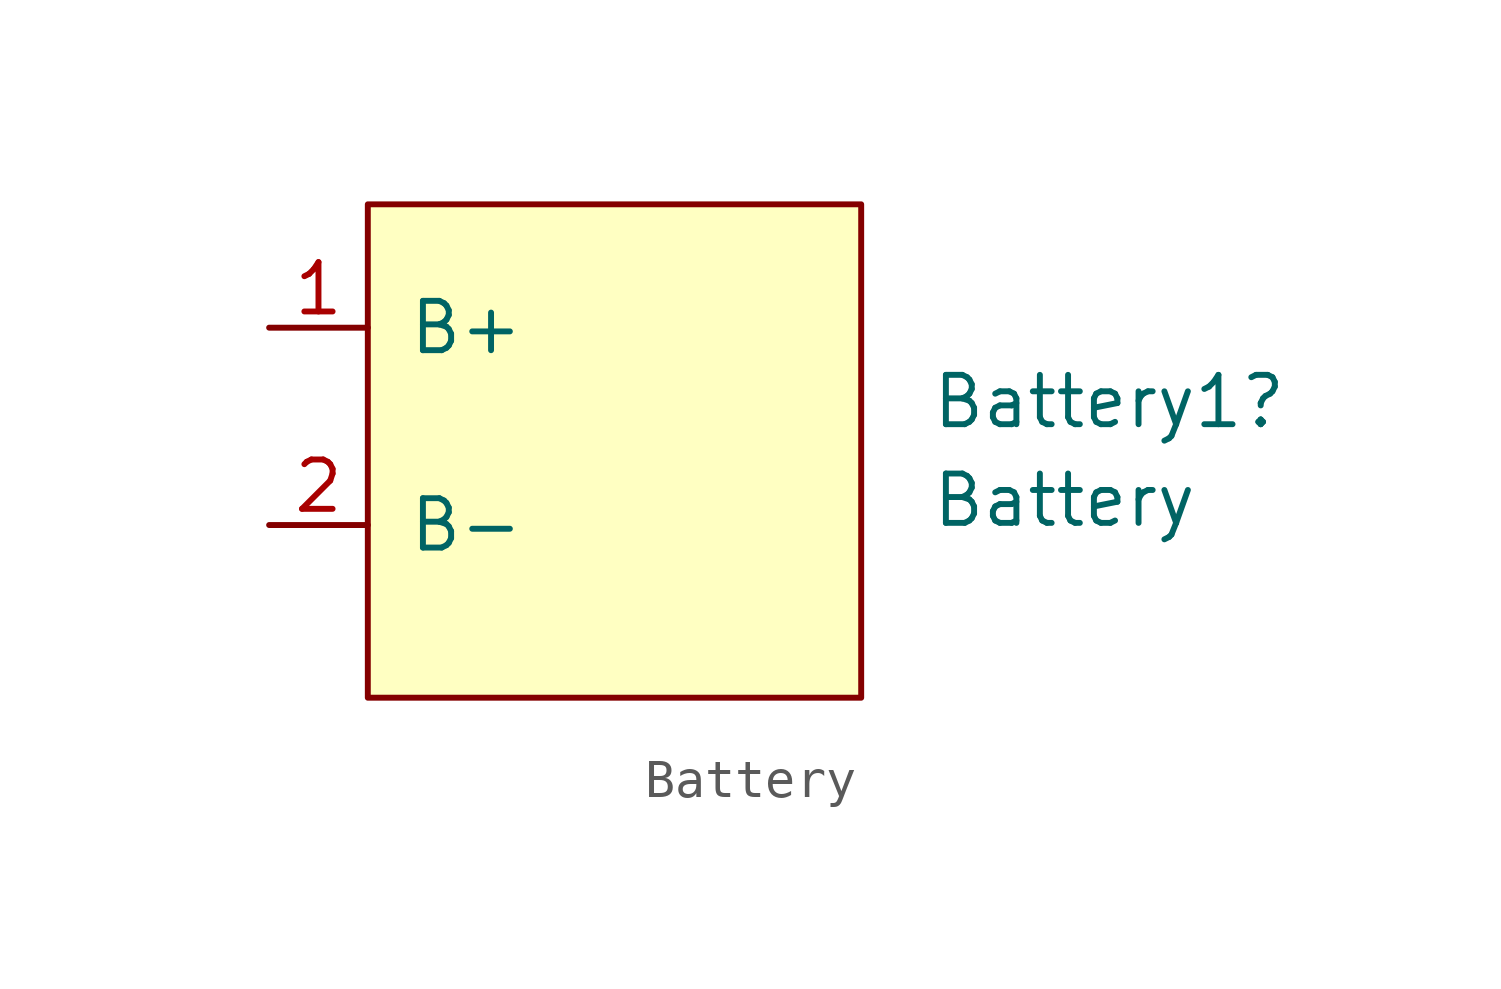
<source format=kicad_sym>
(kicad_symbol_lib
  (version 20211014)
  (generator kicad_symbol_editor)
  (symbol "Battery"
    (pin_names
      (offset 1.016))
    (property "Reference" "Battery1"
      (at 8.128 1.27 0)
      (effects (font (size 1.27 1.27)) (justify left)))
    (property "Value" "Battery"
      (at 8.128 -1.27 0)
      (effects (font (size 1.27 1.27)) (justify left)))
    (symbol "Battery_0_1"
      (rectangle (start -6.35 6.35) (end 6.35 -6.35) (stroke (width 0) (type default) (color 0 0 0 0)) (fill (type background))))
    (symbol "Battery_1_1"
      (pin bidirectional line (at -8.89 3.175 0) (length 2.54) (name "B+" (effects (font (size 1.27 1.27)))) (number "1" (effects (font (size 1.27 1.27)))))
      (pin bidirectional line (at -8.89 -1.905 0) (length 2.54) (name "B-" (effects (font (size 1.27 1.27)))) (number "2" (effects (font (size 1.27 1.27))))))))
</source>
